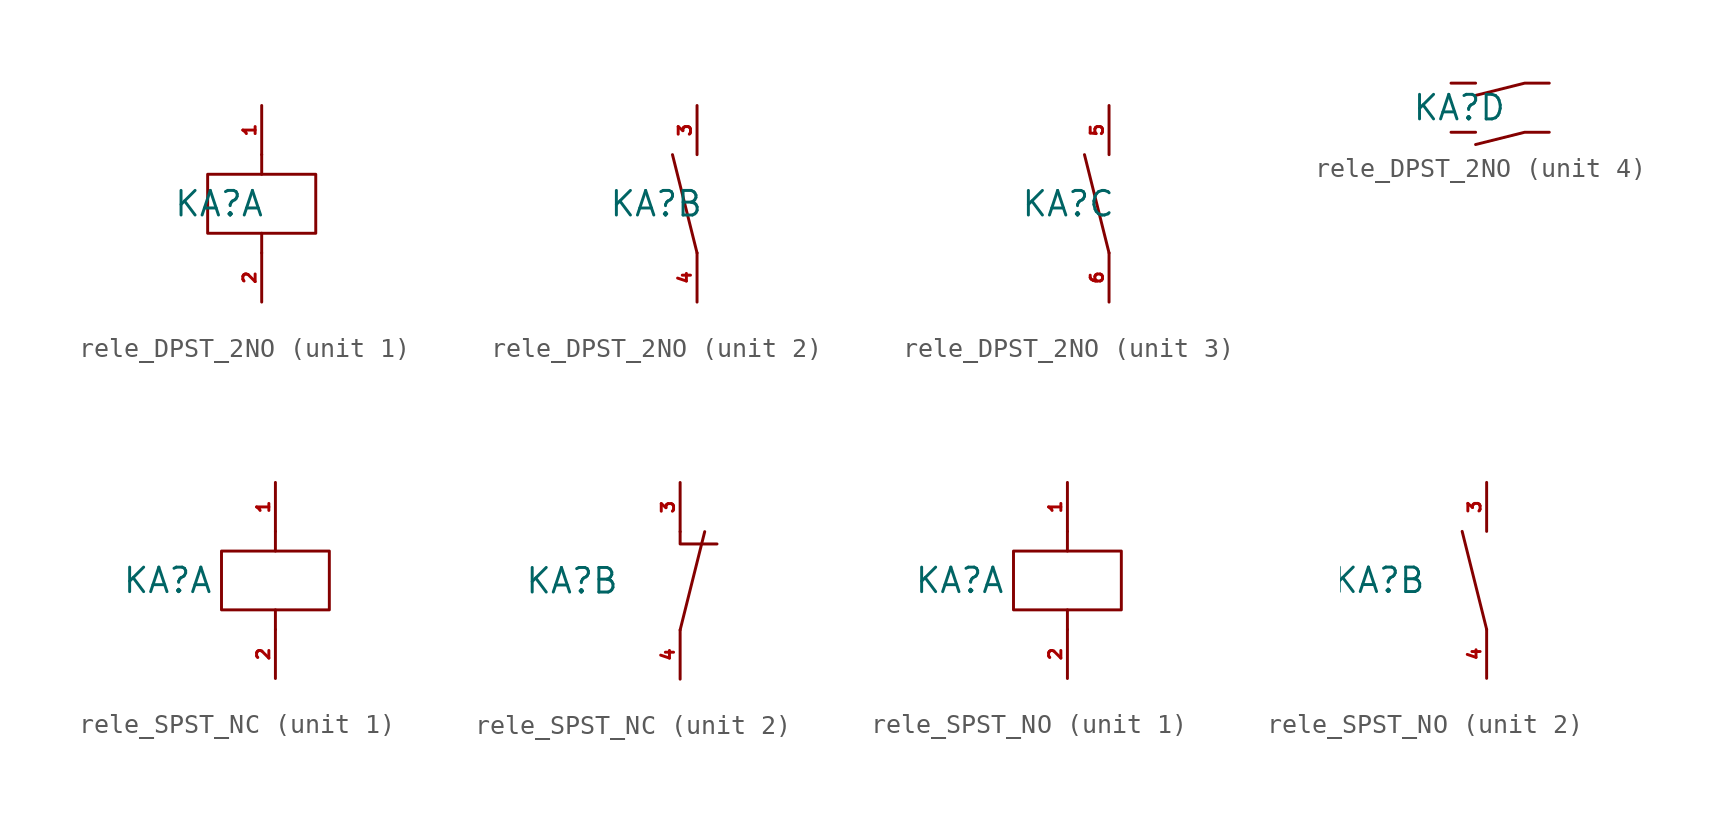
<source format=kicad_sym>
(kicad_symbol_lib
  (version 20241209)
  (generator "kicad_symbol_editor")
  (generator_version "9.0")
  (symbol "rele_DPST_2NO"
    (property "Reference" "KA"
      (at -8.382 0 0)
      (effects (font (size 1.27 1.27)) (justify left)))
    (property "Value" ""
      (at -3.81 0 0)
      (effects (font (size 1.27 1.27))))
    (property "ki_locked" ""
      (at 0 0 0)
      (effects (font (size 1.27 1.27))))
    (symbol "rele_DPST_2NO_1_1"
      (rectangle (start -6.604 1.524) (end -1.016 -1.524) (stroke (width 0) (type default)) (fill (type none)))
      (polyline (pts (xy -3.81 2.54) (xy -3.81 1.524)) (stroke (width 0) (type default)) (fill (type none)))
      (polyline (pts (xy -3.81 -1.524) (xy -3.81 -2.54)) (stroke (width 0) (type default)) (fill (type none)))
      (pin input line (at -3.81 5.08 270) (length 2.54) (name "" (effects (font (size 0.635 0.635)))) (number "1" (effects (font (size 0.635 0.635)))))
      (pin output line (at -3.81 -5.08 90) (length 2.54) (name "" (effects (font (size 0.635 0.635)))) (number "2" (effects (font (size 0.635 0.635))))))
    (symbol "rele_DPST_2NO_2_1"
      (polyline (pts (xy -3.81 -2.54) (xy -5.08 2.54)) (stroke (width 0) (type default)) (fill (type none)))
      (pin input line (at -3.81 5.08 270) (length 2.54) (name "" (effects (font (size 0.635 0.635)))) (number "3" (effects (font (size 0.635 0.635)))))
      (pin output line (at -3.81 -5.08 90) (length 2.54) (name "" (effects (font (size 0.635 0.635)))) (number "4" (effects (font (size 0.635 0.635))))))
    (symbol "rele_DPST_2NO_3_1"
      (polyline (pts (xy -3.81 -2.54) (xy -5.08 2.54)) (stroke (width 0) (type default)) (fill (type none)))
      (pin input line (at -3.81 5.08 270) (length 2.54) (name "" (effects (font (size 0.635 0.635)))) (number "5" (effects (font (size 0.635 0.635)))))
      (pin output line (at -3.81 -5.08 90) (length 2.54) (name "" (effects (font (size 0.635 0.635)))) (number "6" (effects (font (size 0.635 0.635))))))
    (symbol "rele_DPST_2NO_4_1"
      (polyline (pts (xy -5.08 1.27) (xy -6.35 1.27)) (stroke (width 0) (type default)) (fill (type none)))
      (polyline (pts (xy -5.08 0.635) (xy -2.54 1.27) (xy -1.27 1.27)) (stroke (width 0) (type default)) (fill (type none)))
      (polyline (pts (xy -5.08 -1.27) (xy -6.35 -1.27)) (stroke (width 0) (type default)) (fill (type none)))
      (polyline (pts (xy -5.08 -1.905) (xy -2.54 -1.27) (xy -1.27 -1.27)) (stroke (width 0) (type default)) (fill (type none)))))
  (symbol "rele_SPST_NC"
    (property "Reference" "KA"
      (at -5.588 0 0)
      (effects (font (size 1.27 1.27))))
    (property "Value" ""
      (at 0 0 0)
      (effects (font (size 1.27 1.27))))
    (property "ki_locked" ""
      (at 0 0 0)
      (effects (font (size 1.27 1.27))))
    (symbol "rele_SPST_NC_1_1"
      (rectangle (start -2.794 1.524) (end 2.794 -1.524) (stroke (width 0) (type default)) (fill (type none)))
      (polyline (pts (xy 0 2.54) (xy 0 1.524)) (stroke (width 0) (type default)) (fill (type none)))
      (polyline (pts (xy 0 -1.524) (xy 0 -2.54)) (stroke (width 0) (type default)) (fill (type none)))
      (pin input line (at 0 5.08 270) (length 2.54) (name "" (effects (font (size 0.635 0.635)))) (number "1" (effects (font (size 0.635 0.635)))))
      (pin output line (at 0 -5.08 90) (length 2.54) (name "" (effects (font (size 0.635 0.635)))) (number "2" (effects (font (size 0.635 0.635))))))
    (symbol "rele_SPST_NC_2_1"
      (polyline (pts (xy 0 2.54) (xy 0 1.905) (xy 1.905 1.905)) (stroke (width 0) (type default)) (fill (type none)))
      (polyline (pts (xy 0 -2.54) (xy 1.27 2.54)) (stroke (width 0) (type default)) (fill (type none)))
      (pin input line (at 0 5.08 270) (length 2.54) (name "" (effects (font (size 0.635 0.635)))) (number "3" (effects (font (size 0.635 0.635)))))
      (pin output line (at 0 -5.08 90) (length 2.54) (name "" (effects (font (size 0.635 0.635)))) (number "4" (effects (font (size 0.635 0.635)))))))
  (symbol "rele_SPST_NO"
    (property "Reference" "KA"
      (at -5.588 0 0)
      (effects (font (size 1.27 1.27))))
    (property "Value" ""
      (at 0 0 0)
      (effects (font (size 1.27 1.27))))
    (property "ki_locked" ""
      (at 0 0 0)
      (effects (font (size 1.27 1.27))))
    (symbol "rele_SPST_NO_1_1"
      (rectangle (start -2.794 1.524) (end 2.794 -1.524) (stroke (width 0) (type default)) (fill (type none)))
      (polyline (pts (xy 0 1.524) (xy 0 2.54)) (stroke (width 0) (type default)) (fill (type none)))
      (polyline (pts (xy 0 -1.524) (xy 0 -2.54)) (stroke (width 0) (type default)) (fill (type none)))
      (pin input line (at 0 5.08 270) (length 2.54) (name "" (effects (font (size 0.635 0.635)))) (number "1" (effects (font (size 0.635 0.635)))))
      (pin output line (at 0 -5.08 90) (length 2.54) (name "" (effects (font (size 0.635 0.635)))) (number "2" (effects (font (size 0.635 0.635))))))
    (symbol "rele_SPST_NO_2_1"
      (polyline (pts (xy 0 -2.54) (xy -1.27 2.54)) (stroke (width 0) (type default)) (fill (type none)))
      (pin input line (at 0 5.08 270) (length 2.54) (name "" (effects (font (size 0.635 0.635)))) (number "3" (effects (font (size 0.635 0.635)))))
      (pin output line (at 0 -5.08 90) (length 2.54) (name "" (effects (font (size 0.635 0.635)))) (number "4" (effects (font (size 0.635 0.635))))))))
</source>
